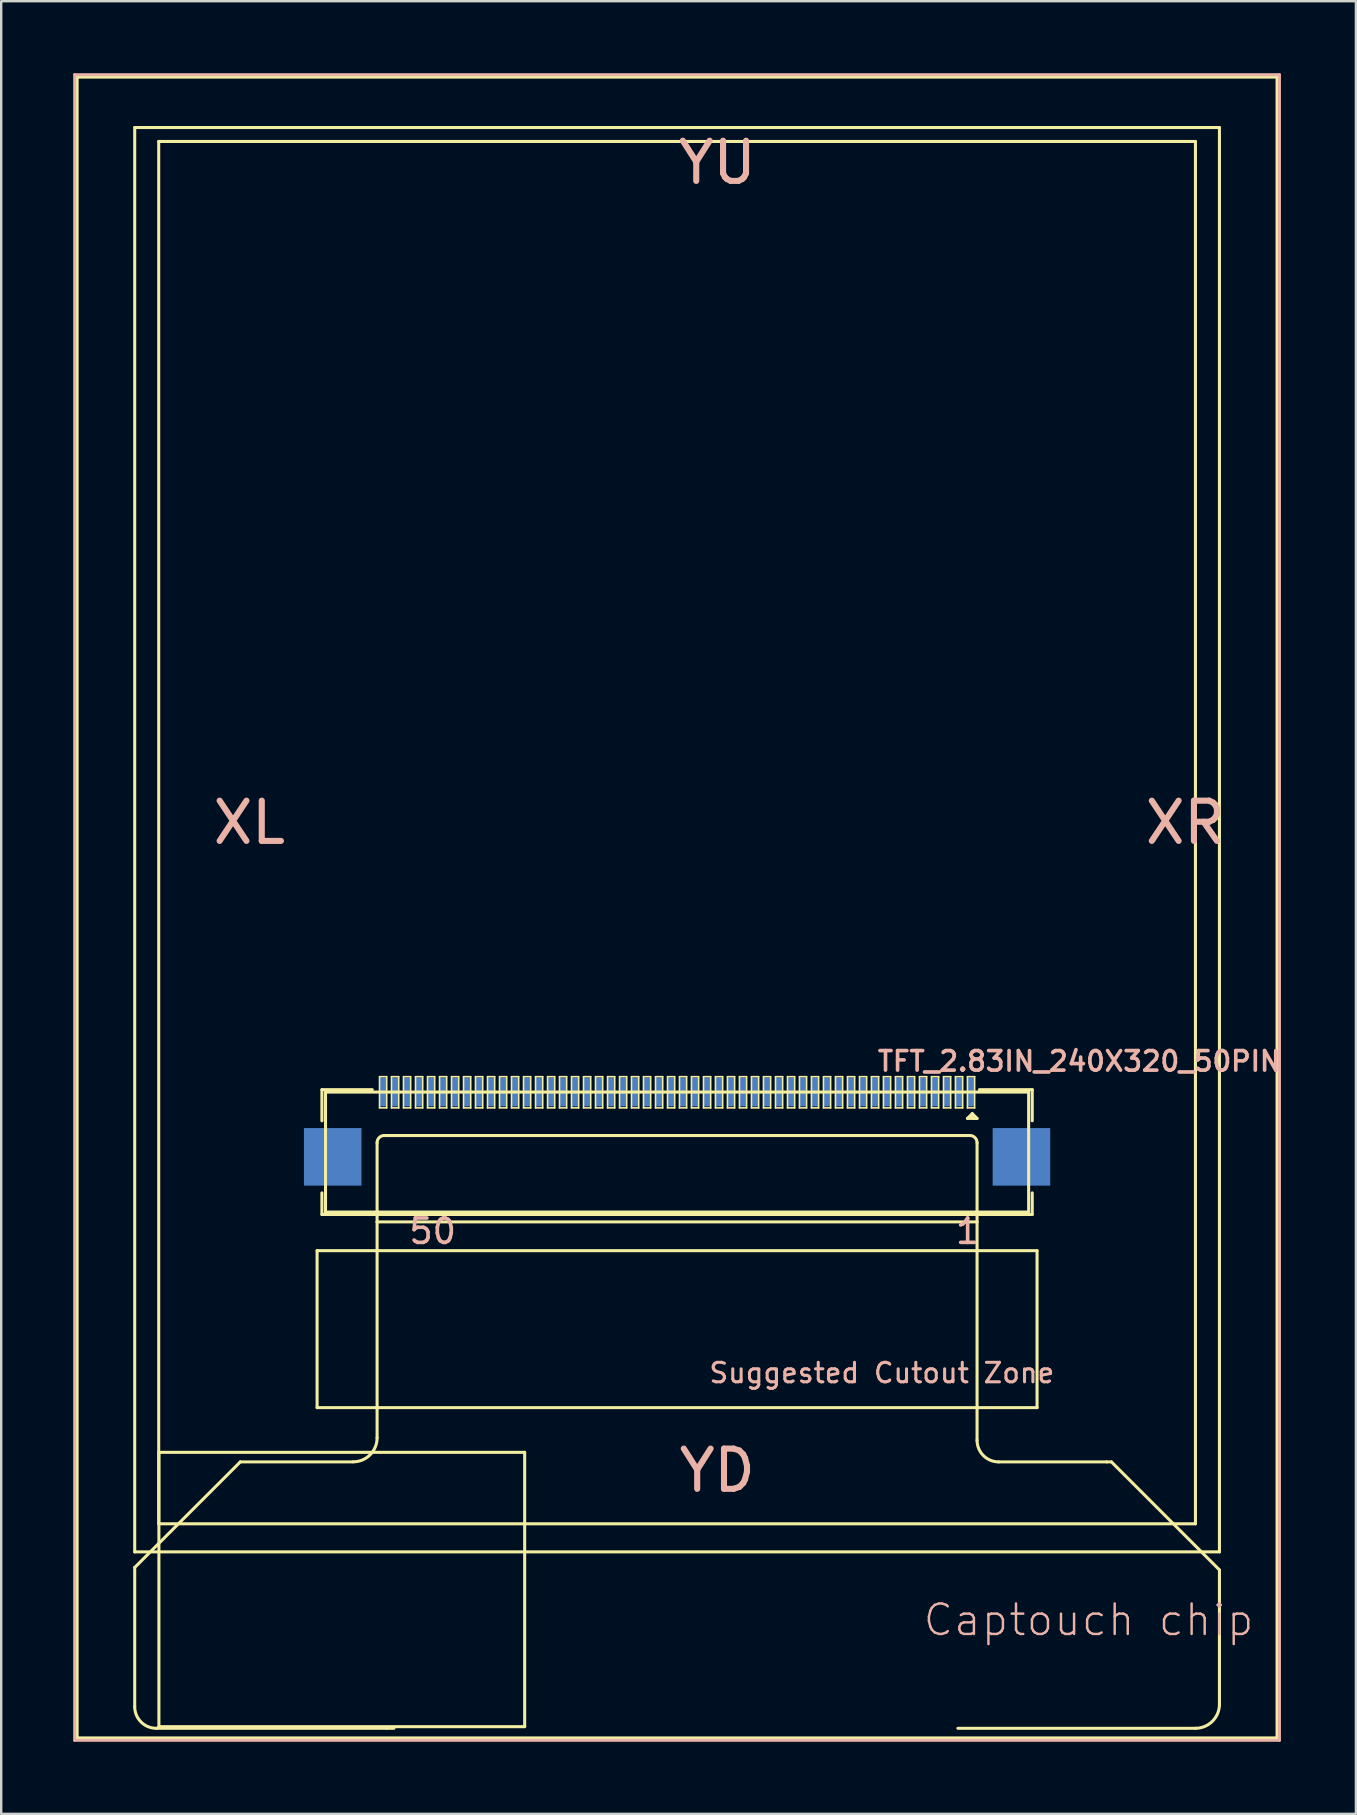
<source format=kicad_pcb>
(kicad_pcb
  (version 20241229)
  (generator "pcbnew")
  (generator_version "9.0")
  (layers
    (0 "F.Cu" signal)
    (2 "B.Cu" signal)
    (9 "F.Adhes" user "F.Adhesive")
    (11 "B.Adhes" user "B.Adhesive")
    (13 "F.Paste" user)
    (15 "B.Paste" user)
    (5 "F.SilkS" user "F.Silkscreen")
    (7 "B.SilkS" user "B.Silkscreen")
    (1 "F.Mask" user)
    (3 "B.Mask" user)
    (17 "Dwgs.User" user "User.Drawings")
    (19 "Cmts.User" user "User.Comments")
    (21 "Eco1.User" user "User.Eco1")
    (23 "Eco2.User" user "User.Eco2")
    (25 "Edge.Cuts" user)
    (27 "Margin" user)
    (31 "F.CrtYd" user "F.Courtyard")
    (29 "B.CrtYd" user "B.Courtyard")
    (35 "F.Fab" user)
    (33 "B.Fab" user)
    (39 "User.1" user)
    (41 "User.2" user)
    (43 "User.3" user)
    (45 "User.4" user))
  (footprint "TFT_2.83IN_240X320_50PIN"
    (layer "F.Cu")
    (at 25.161 32.062)
    (property "Reference" "TFT_2.83IN_240X320_50PIN" (at 16.756 9.106 0) (layer "B.SilkS") (effects (font (size 0.813 0.813) (thickness 0.152))))
    (attr smd)
    (fp_line (start -24.999 -31.9) (end 24.999 -31.9) (stroke (width 0.127) (type solid)) (layer "F.SilkS"))
    (fp_line (start -24.999 37.3) (end -24.999 -31.9) (stroke (width 0.127) (type solid)) (layer "F.SilkS"))
    (fp_line (start -22.598 -29.799) (end 22.598 -29.799) (stroke (width 0.127) (type solid)) (layer "F.SilkS"))
    (fp_line (start -22.598 29.548) (end -22.598 -29.799) (stroke (width 0.127) (type solid)) (layer "F.SilkS"))
    (fp_line (start -22.598 30.198) (end -18.199 25.799) (stroke (width 0.127) (type solid)) (layer "F.SilkS"))
    (fp_line (start -22.598 35.999) (end -22.598 30.198) (stroke (width 0.127) (type solid)) (layer "F.SilkS"))
    (fp_line (start -21.598 -29.218) (end 21.598 -29.218) (stroke (width 0.127) (type solid)) (layer "F.SilkS"))
    (fp_line (start -21.598 28.379) (end -21.598 -29.218) (stroke (width 0.127) (type solid)) (layer "F.SilkS"))
    (fp_line (start -21.59 25.4) (end -6.35 25.4) (stroke (width 0.127) (type solid)) (layer "F.SilkS"))
    (fp_line (start -21.59 36.83) (end -21.59 25.4) (stroke (width 0.127) (type solid)) (layer "F.SilkS"))
    (fp_line (start -18.199 25.799) (end -13.498 25.799) (stroke (width 0.127) (type solid)) (layer "F.SilkS"))
    (fp_line (start -14.999 16.998) (end 14.999 16.998) (stroke (width 0.127) (type solid)) (layer "F.SilkS"))
    (fp_line (start -14.999 23.538) (end -14.999 16.998) (stroke (width 0.127) (type solid)) (layer "F.SilkS"))
    (fp_line (start -14.798 10.29) (end -14.798 11.587) (stroke (width 0.127) (type solid)) (layer "F.SilkS"))
    (fp_line (start -14.798 15.489) (end -14.798 14.59) (stroke (width 0.127) (type solid)) (layer "F.SilkS"))
    (fp_line (start -14.648 10.389) (end -14.648 15.39) (stroke (width 0.127) (type solid)) (layer "F.SilkS"))
    (fp_line (start -12.7 10.29) (end -14.798 10.29) (stroke (width 0.127) (type solid)) (layer "F.SilkS"))
    (fp_line (start -12.499 15.799) (end -12.499 12.499) (stroke (width 0.127) (type solid)) (layer "F.SilkS"))
    (fp_line (start -12.499 15.799) (end 12.499 15.799) (stroke (width 0.127) (type solid)) (layer "F.SilkS"))
    (fp_line (start -12.499 24.798) (end -12.499 15.799) (stroke (width 0.127) (type solid)) (layer "F.SilkS"))
    (fp_line (start -12.398 9.749) (end -12.098 9.749) (stroke (width 0.066) (type solid)) (layer "F.SilkS"))
    (fp_line (start -12.398 11.049) (end -12.398 9.749) (stroke (width 0.066) (type solid)) (layer "F.SilkS"))
    (fp_line (start -12.398 11.049) (end -12.098 11.049) (stroke (width 0.066) (type solid)) (layer "F.SilkS"))
    (fp_line (start -12.2 12.2) (end 12.2 12.2) (stroke (width 0.127) (type solid)) (layer "F.SilkS"))
    (fp_line (start -12.098 11.049) (end -12.098 9.749) (stroke (width 0.066) (type solid)) (layer "F.SilkS"))
    (fp_line (start -12.098 36.899) (end -21.699 36.899) (stroke (width 0.127) (type solid)) (layer "F.SilkS"))
    (fp_line (start -11.9 9.749) (end -11.598 9.749) (stroke (width 0.066) (type solid)) (layer "F.SilkS"))
    (fp_line (start -11.9 11.049) (end -11.9 9.749) (stroke (width 0.066) (type solid)) (layer "F.SilkS"))
    (fp_line (start -11.9 11.049) (end -11.598 11.049) (stroke (width 0.066) (type solid)) (layer "F.SilkS"))
    (fp_line (start -11.798 36.899) (end -12.098 36.899) (stroke (width 0.127) (type solid)) (layer "F.SilkS"))
    (fp_line (start -11.598 11.049) (end -11.598 9.749) (stroke (width 0.066) (type solid)) (layer "F.SilkS"))
    (fp_line (start -11.4 9.749) (end -11.1 9.749) (stroke (width 0.066) (type solid)) (layer "F.SilkS"))
    (fp_line (start -11.4 11.049) (end -11.4 9.749) (stroke (width 0.066) (type solid)) (layer "F.SilkS"))
    (fp_line (start -11.4 11.049) (end -11.1 11.049) (stroke (width 0.066) (type solid)) (layer "F.SilkS"))
    (fp_line (start -11.1 11.049) (end -11.1 9.749) (stroke (width 0.066) (type solid)) (layer "F.SilkS"))
    (fp_line (start -10.899 9.749) (end -10.599 9.749) (stroke (width 0.066) (type solid)) (layer "F.SilkS"))
    (fp_line (start -10.899 11.049) (end -10.899 9.749) (stroke (width 0.066) (type solid)) (layer "F.SilkS"))
    (fp_line (start -10.899 11.049) (end -10.599 11.049) (stroke (width 0.066) (type solid)) (layer "F.SilkS"))
    (fp_line (start -10.599 11.049) (end -10.599 9.749) (stroke (width 0.066) (type solid)) (layer "F.SilkS"))
    (fp_line (start -10.399 9.749) (end -10.099 9.749) (stroke (width 0.066) (type solid)) (layer "F.SilkS"))
    (fp_line (start -10.399 11.049) (end -10.399 9.749) (stroke (width 0.066) (type solid)) (layer "F.SilkS"))
    (fp_line (start -10.399 11.049) (end -10.099 11.049) (stroke (width 0.066) (type solid)) (layer "F.SilkS"))
    (fp_line (start -10.099 11.049) (end -10.099 9.749) (stroke (width 0.066) (type solid)) (layer "F.SilkS"))
    (fp_line (start -9.898 9.749) (end -9.599 9.749) (stroke (width 0.066) (type solid)) (layer "F.SilkS"))
    (fp_line (start -9.898 11.049) (end -9.898 9.749) (stroke (width 0.066) (type solid)) (layer "F.SilkS"))
    (fp_line (start -9.898 11.049) (end -9.599 11.049) (stroke (width 0.066) (type solid)) (layer "F.SilkS"))
    (fp_line (start -9.599 11.049) (end -9.599 9.749) (stroke (width 0.066) (type solid)) (layer "F.SilkS"))
    (fp_line (start -9.398 9.749) (end -9.098 9.749) (stroke (width 0.066) (type solid)) (layer "F.SilkS"))
    (fp_line (start -9.398 11.049) (end -9.398 9.749) (stroke (width 0.066) (type solid)) (layer "F.SilkS"))
    (fp_line (start -9.398 11.049) (end -9.098 11.049) (stroke (width 0.066) (type solid)) (layer "F.SilkS"))
    (fp_line (start -9.098 11.049) (end -9.098 9.749) (stroke (width 0.066) (type solid)) (layer "F.SilkS"))
    (fp_line (start -8.898 9.749) (end -8.598 9.749) (stroke (width 0.066) (type solid)) (layer "F.SilkS"))
    (fp_line (start -8.898 11.049) (end -8.898 9.749) (stroke (width 0.066) (type solid)) (layer "F.SilkS"))
    (fp_line (start -8.898 11.049) (end -8.598 11.049) (stroke (width 0.066) (type solid)) (layer "F.SilkS"))
    (fp_line (start -8.598 11.049) (end -8.598 9.749) (stroke (width 0.066) (type solid)) (layer "F.SilkS"))
    (fp_line (start -8.4 9.749) (end -8.098 9.749) (stroke (width 0.066) (type solid)) (layer "F.SilkS"))
    (fp_line (start -8.4 11.049) (end -8.4 9.749) (stroke (width 0.066) (type solid)) (layer "F.SilkS"))
    (fp_line (start -8.4 11.049) (end -8.098 11.049) (stroke (width 0.066) (type solid)) (layer "F.SilkS"))
    (fp_line (start -8.098 11.049) (end -8.098 9.749) (stroke (width 0.066) (type solid)) (layer "F.SilkS"))
    (fp_line (start -7.899 9.749) (end -7.6 9.749) (stroke (width 0.066) (type solid)) (layer "F.SilkS"))
    (fp_line (start -7.899 11.049) (end -7.899 9.749) (stroke (width 0.066) (type solid)) (layer "F.SilkS"))
    (fp_line (start -7.899 11.049) (end -7.6 11.049) (stroke (width 0.066) (type solid)) (layer "F.SilkS"))
    (fp_line (start -7.6 11.049) (end -7.6 9.749) (stroke (width 0.066) (type solid)) (layer "F.SilkS"))
    (fp_line (start -7.399 9.749) (end -7.099 9.749) (stroke (width 0.066) (type solid)) (layer "F.SilkS"))
    (fp_line (start -7.399 11.049) (end -7.399 9.749) (stroke (width 0.066) (type solid)) (layer "F.SilkS"))
    (fp_line (start -7.399 11.049) (end -7.099 11.049) (stroke (width 0.066) (type solid)) (layer "F.SilkS"))
    (fp_line (start -7.099 11.049) (end -7.099 9.749) (stroke (width 0.066) (type solid)) (layer "F.SilkS"))
    (fp_line (start -6.899 9.749) (end -6.599 9.749) (stroke (width 0.066) (type solid)) (layer "F.SilkS"))
    (fp_line (start -6.899 11.049) (end -6.899 9.749) (stroke (width 0.066) (type solid)) (layer "F.SilkS"))
    (fp_line (start -6.899 11.049) (end -6.599 11.049) (stroke (width 0.066) (type solid)) (layer "F.SilkS"))
    (fp_line (start -6.599 11.049) (end -6.599 9.749) (stroke (width 0.066) (type solid)) (layer "F.SilkS"))
    (fp_line (start -6.398 9.749) (end -6.099 9.749) (stroke (width 0.066) (type solid)) (layer "F.SilkS"))
    (fp_line (start -6.398 11.049) (end -6.398 9.749) (stroke (width 0.066) (type solid)) (layer "F.SilkS"))
    (fp_line (start -6.398 11.049) (end -6.099 11.049) (stroke (width 0.066) (type solid)) (layer "F.SilkS"))
    (fp_line (start -6.35 25.4) (end -6.35 36.83) (stroke (width 0.127) (type solid)) (layer "F.SilkS"))
    (fp_line (start -6.35 36.83) (end -21.59 36.83) (stroke (width 0.127) (type solid)) (layer "F.SilkS"))
    (fp_line (start -6.099 11.049) (end -6.099 9.749) (stroke (width 0.066) (type solid)) (layer "F.SilkS"))
    (fp_line (start -5.898 9.749) (end -5.598 9.749) (stroke (width 0.066) (type solid)) (layer "F.SilkS"))
    (fp_line (start -5.898 11.049) (end -5.898 9.749) (stroke (width 0.066) (type solid)) (layer "F.SilkS"))
    (fp_line (start -5.898 11.049) (end -5.598 11.049) (stroke (width 0.066) (type solid)) (layer "F.SilkS"))
    (fp_line (start -5.598 11.049) (end -5.598 9.749) (stroke (width 0.066) (type solid)) (layer "F.SilkS"))
    (fp_line (start -5.397 9.749) (end -5.098 9.749) (stroke (width 0.066) (type solid)) (layer "F.SilkS"))
    (fp_line (start -5.397 11.049) (end -5.397 9.749) (stroke (width 0.066) (type solid)) (layer "F.SilkS"))
    (fp_line (start -5.397 11.049) (end -5.098 11.049) (stroke (width 0.066) (type solid)) (layer "F.SilkS"))
    (fp_line (start -5.098 11.049) (end -5.098 9.749) (stroke (width 0.066) (type solid)) (layer "F.SilkS"))
    (fp_line (start -4.9 9.749) (end -4.6 9.749) (stroke (width 0.066) (type solid)) (layer "F.SilkS"))
    (fp_line (start -4.9 11.049) (end -4.9 9.749) (stroke (width 0.066) (type solid)) (layer "F.SilkS"))
    (fp_line (start -4.9 11.049) (end -4.6 11.049) (stroke (width 0.066) (type solid)) (layer "F.SilkS"))
    (fp_line (start -4.6 11.049) (end -4.6 9.749) (stroke (width 0.066) (type solid)) (layer "F.SilkS"))
    (fp_line (start -4.399 9.749) (end -4.1 9.749) (stroke (width 0.066) (type solid)) (layer "F.SilkS"))
    (fp_line (start -4.399 11.049) (end -4.399 9.749) (stroke (width 0.066) (type solid)) (layer "F.SilkS"))
    (fp_line (start -4.399 11.049) (end -4.1 11.049) (stroke (width 0.066) (type solid)) (layer "F.SilkS"))
    (fp_line (start -4.1 11.049) (end -4.1 9.749) (stroke (width 0.066) (type solid)) (layer "F.SilkS"))
    (fp_line (start -3.899 9.749) (end -3.599 9.749) (stroke (width 0.066) (type solid)) (layer "F.SilkS"))
    (fp_line (start -3.899 11.049) (end -3.899 9.749) (stroke (width 0.066) (type solid)) (layer "F.SilkS"))
    (fp_line (start -3.899 11.049) (end -3.599 11.049) (stroke (width 0.066) (type solid)) (layer "F.SilkS"))
    (fp_line (start -3.599 11.049) (end -3.599 9.749) (stroke (width 0.066) (type solid)) (layer "F.SilkS"))
    (fp_line (start -3.399 9.749) (end -3.099 9.749) (stroke (width 0.066) (type solid)) (layer "F.SilkS"))
    (fp_line (start -3.399 11.049) (end -3.399 9.749) (stroke (width 0.066) (type solid)) (layer "F.SilkS"))
    (fp_line (start -3.399 11.049) (end -3.099 11.049) (stroke (width 0.066) (type solid)) (layer "F.SilkS"))
    (fp_line (start -3.099 11.049) (end -3.099 9.749) (stroke (width 0.066) (type solid)) (layer "F.SilkS"))
    (fp_line (start -2.898 9.749) (end -2.598 9.749) (stroke (width 0.066) (type solid)) (layer "F.SilkS"))
    (fp_line (start -2.898 11.049) (end -2.898 9.749) (stroke (width 0.066) (type solid)) (layer "F.SilkS"))
    (fp_line (start -2.898 11.049) (end -2.598 11.049) (stroke (width 0.066) (type solid)) (layer "F.SilkS"))
    (fp_line (start -2.598 11.049) (end -2.598 9.749) (stroke (width 0.066) (type solid)) (layer "F.SilkS"))
    (fp_line (start -2.398 9.749) (end -2.098 9.749) (stroke (width 0.066) (type solid)) (layer "F.SilkS"))
    (fp_line (start -2.398 11.049) (end -2.398 9.749) (stroke (width 0.066) (type solid)) (layer "F.SilkS"))
    (fp_line (start -2.398 11.049) (end -2.098 11.049) (stroke (width 0.066) (type solid)) (layer "F.SilkS"))
    (fp_line (start -2.098 11.049) (end -2.098 9.749) (stroke (width 0.066) (type solid)) (layer "F.SilkS"))
    (fp_line (start -1.9 9.749) (end -1.598 9.749) (stroke (width 0.066) (type solid)) (layer "F.SilkS"))
    (fp_line (start -1.9 11.049) (end -1.9 9.749) (stroke (width 0.066) (type solid)) (layer "F.SilkS"))
    (fp_line (start -1.9 11.049) (end -1.598 11.049) (stroke (width 0.066) (type solid)) (layer "F.SilkS"))
    (fp_line (start -1.598 11.049) (end -1.598 9.749) (stroke (width 0.066) (type solid)) (layer "F.SilkS"))
    (fp_line (start -1.4 9.749) (end -1.1 9.749) (stroke (width 0.066) (type solid)) (layer "F.SilkS"))
    (fp_line (start -1.4 11.049) (end -1.4 9.749) (stroke (width 0.066) (type solid)) (layer "F.SilkS"))
    (fp_line (start -1.4 11.049) (end -1.1 11.049) (stroke (width 0.066) (type solid)) (layer "F.SilkS"))
    (fp_line (start -1.1 11.049) (end -1.1 9.749) (stroke (width 0.066) (type solid)) (layer "F.SilkS"))
    (fp_line (start -0.899 9.749) (end -0.599 9.749) (stroke (width 0.066) (type solid)) (layer "F.SilkS"))
    (fp_line (start -0.899 11.049) (end -0.899 9.749) (stroke (width 0.066) (type solid)) (layer "F.SilkS"))
    (fp_line (start -0.899 11.049) (end -0.599 11.049) (stroke (width 0.066) (type solid)) (layer "F.SilkS"))
    (fp_line (start -0.599 11.049) (end -0.599 9.749) (stroke (width 0.066) (type solid)) (layer "F.SilkS"))
    (fp_line (start -0.399 9.749) (end -0.099 9.749) (stroke (width 0.066) (type solid)) (layer "F.SilkS"))
    (fp_line (start -0.399 11.049) (end -0.399 9.749) (stroke (width 0.066) (type solid)) (layer "F.SilkS"))
    (fp_line (start -0.399 11.049) (end -0.099 11.049) (stroke (width 0.066) (type solid)) (layer "F.SilkS"))
    (fp_line (start -0.099 11.049) (end -0.099 9.749) (stroke (width 0.066) (type solid)) (layer "F.SilkS"))
    (fp_line (start 0.099 9.749) (end 0.399 9.749) (stroke (width 0.066) (type solid)) (layer "F.SilkS"))
    (fp_line (start 0.099 11.049) (end 0.099 9.749) (stroke (width 0.066) (type solid)) (layer "F.SilkS"))
    (fp_line (start 0.099 11.049) (end 0.399 11.049) (stroke (width 0.066) (type solid)) (layer "F.SilkS"))
    (fp_line (start 0.399 11.049) (end 0.399 9.749) (stroke (width 0.066) (type solid)) (layer "F.SilkS"))
    (fp_line (start 0.599 9.749) (end 0.899 9.749) (stroke (width 0.066) (type solid)) (layer "F.SilkS"))
    (fp_line (start 0.599 11.049) (end 0.599 9.749) (stroke (width 0.066) (type solid)) (layer "F.SilkS"))
    (fp_line (start 0.599 11.049) (end 0.899 11.049) (stroke (width 0.066) (type solid)) (layer "F.SilkS"))
    (fp_line (start 0.899 11.049) (end 0.899 9.749) (stroke (width 0.066) (type solid)) (layer "F.SilkS"))
    (fp_line (start 1.1 9.749) (end 1.4 9.749) (stroke (width 0.066) (type solid)) (layer "F.SilkS"))
    (fp_line (start 1.1 11.049) (end 1.1 9.749) (stroke (width 0.066) (type solid)) (layer "F.SilkS"))
    (fp_line (start 1.1 11.049) (end 1.4 11.049) (stroke (width 0.066) (type solid)) (layer "F.SilkS"))
    (fp_line (start 1.4 11.049) (end 1.4 9.749) (stroke (width 0.066) (type solid)) (layer "F.SilkS"))
    (fp_line (start 1.598 9.749) (end 1.9 9.749) (stroke (width 0.066) (type solid)) (layer "F.SilkS"))
    (fp_line (start 1.598 11.049) (end 1.598 9.749) (stroke (width 0.066) (type solid)) (layer "F.SilkS"))
    (fp_line (start 1.598 11.049) (end 1.9 11.049) (stroke (width 0.066) (type solid)) (layer "F.SilkS"))
    (fp_line (start 1.9 11.049) (end 1.9 9.749) (stroke (width 0.066) (type solid)) (layer "F.SilkS"))
    (fp_line (start 2.098 9.749) (end 2.398 9.749) (stroke (width 0.066) (type solid)) (layer "F.SilkS"))
    (fp_line (start 2.098 11.049) (end 2.098 9.749) (stroke (width 0.066) (type solid)) (layer "F.SilkS"))
    (fp_line (start 2.098 11.049) (end 2.398 11.049) (stroke (width 0.066) (type solid)) (layer "F.SilkS"))
    (fp_line (start 2.398 11.049) (end 2.398 9.749) (stroke (width 0.066) (type solid)) (layer "F.SilkS"))
    (fp_line (start 2.598 9.749) (end 2.898 9.749) (stroke (width 0.066) (type solid)) (layer "F.SilkS"))
    (fp_line (start 2.598 11.049) (end 2.598 9.749) (stroke (width 0.066) (type solid)) (layer "F.SilkS"))
    (fp_line (start 2.598 11.049) (end 2.898 11.049) (stroke (width 0.066) (type solid)) (layer "F.SilkS"))
    (fp_line (start 2.898 11.049) (end 2.898 9.749) (stroke (width 0.066) (type solid)) (layer "F.SilkS"))
    (fp_line (start 3.099 9.749) (end 3.399 9.749) (stroke (width 0.066) (type solid)) (layer "F.SilkS"))
    (fp_line (start 3.099 11.049) (end 3.099 9.749) (stroke (width 0.066) (type solid)) (layer "F.SilkS"))
    (fp_line (start 3.099 11.049) (end 3.399 11.049) (stroke (width 0.066) (type solid)) (layer "F.SilkS"))
    (fp_line (start 3.399 11.049) (end 3.399 9.749) (stroke (width 0.066) (type solid)) (layer "F.SilkS"))
    (fp_line (start 3.599 9.749) (end 3.899 9.749) (stroke (width 0.066) (type solid)) (layer "F.SilkS"))
    (fp_line (start 3.599 11.049) (end 3.599 9.749) (stroke (width 0.066) (type solid)) (layer "F.SilkS"))
    (fp_line (start 3.599 11.049) (end 3.899 11.049) (stroke (width 0.066) (type solid)) (layer "F.SilkS"))
    (fp_line (start 3.899 11.049) (end 3.899 9.749) (stroke (width 0.066) (type solid)) (layer "F.SilkS"))
    (fp_line (start 4.1 9.749) (end 4.399 9.749) (stroke (width 0.066) (type solid)) (layer "F.SilkS"))
    (fp_line (start 4.1 11.049) (end 4.1 9.749) (stroke (width 0.066) (type solid)) (layer "F.SilkS"))
    (fp_line (start 4.1 11.049) (end 4.399 11.049) (stroke (width 0.066) (type solid)) (layer "F.SilkS"))
    (fp_line (start 4.399 11.049) (end 4.399 9.749) (stroke (width 0.066) (type solid)) (layer "F.SilkS"))
    (fp_line (start 4.6 9.749) (end 4.9 9.749) (stroke (width 0.066) (type solid)) (layer "F.SilkS"))
    (fp_line (start 4.6 11.049) (end 4.6 9.749) (stroke (width 0.066) (type solid)) (layer "F.SilkS"))
    (fp_line (start 4.6 11.049) (end 4.9 11.049) (stroke (width 0.066) (type solid)) (layer "F.SilkS"))
    (fp_line (start 4.9 11.049) (end 4.9 9.749) (stroke (width 0.066) (type solid)) (layer "F.SilkS"))
    (fp_line (start 5.098 9.749) (end 5.397 9.749) (stroke (width 0.066) (type solid)) (layer "F.SilkS"))
    (fp_line (start 5.098 11.049) (end 5.098 9.749) (stroke (width 0.066) (type solid)) (layer "F.SilkS"))
    (fp_line (start 5.098 11.049) (end 5.397 11.049) (stroke (width 0.066) (type solid)) (layer "F.SilkS"))
    (fp_line (start 5.397 11.049) (end 5.397 9.749) (stroke (width 0.066) (type solid)) (layer "F.SilkS"))
    (fp_line (start 5.598 9.749) (end 5.898 9.749) (stroke (width 0.066) (type solid)) (layer "F.SilkS"))
    (fp_line (start 5.598 11.049) (end 5.598 9.749) (stroke (width 0.066) (type solid)) (layer "F.SilkS"))
    (fp_line (start 5.598 11.049) (end 5.898 11.049) (stroke (width 0.066) (type solid)) (layer "F.SilkS"))
    (fp_line (start 5.898 11.049) (end 5.898 9.749) (stroke (width 0.066) (type solid)) (layer "F.SilkS"))
    (fp_line (start 6.099 9.749) (end 6.398 9.749) (stroke (width 0.066) (type solid)) (layer "F.SilkS"))
    (fp_line (start 6.099 11.049) (end 6.099 9.749) (stroke (width 0.066) (type solid)) (layer "F.SilkS"))
    (fp_line (start 6.099 11.049) (end 6.398 11.049) (stroke (width 0.066) (type solid)) (layer "F.SilkS"))
    (fp_line (start 6.398 11.049) (end 6.398 9.749) (stroke (width 0.066) (type solid)) (layer "F.SilkS"))
    (fp_line (start 6.599 9.749) (end 6.899 9.749) (stroke (width 0.066) (type solid)) (layer "F.SilkS"))
    (fp_line (start 6.599 11.049) (end 6.599 9.749) (stroke (width 0.066) (type solid)) (layer "F.SilkS"))
    (fp_line (start 6.599 11.049) (end 6.899 11.049) (stroke (width 0.066) (type solid)) (layer "F.SilkS"))
    (fp_line (start 6.899 11.049) (end 6.899 9.749) (stroke (width 0.066) (type solid)) (layer "F.SilkS"))
    (fp_line (start 7.099 9.749) (end 7.399 9.749) (stroke (width 0.066) (type solid)) (layer "F.SilkS"))
    (fp_line (start 7.099 11.049) (end 7.099 9.749) (stroke (width 0.066) (type solid)) (layer "F.SilkS"))
    (fp_line (start 7.099 11.049) (end 7.399 11.049) (stroke (width 0.066) (type solid)) (layer "F.SilkS"))
    (fp_line (start 7.399 11.049) (end 7.399 9.749) (stroke (width 0.066) (type solid)) (layer "F.SilkS"))
    (fp_line (start 7.6 9.749) (end 7.899 9.749) (stroke (width 0.066) (type solid)) (layer "F.SilkS"))
    (fp_line (start 7.6 11.049) (end 7.6 9.749) (stroke (width 0.066) (type solid)) (layer "F.SilkS"))
    (fp_line (start 7.6 11.049) (end 7.899 11.049) (stroke (width 0.066) (type solid)) (layer "F.SilkS"))
    (fp_line (start 7.899 11.049) (end 7.899 9.749) (stroke (width 0.066) (type solid)) (layer "F.SilkS"))
    (fp_line (start 8.098 9.749) (end 8.4 9.749) (stroke (width 0.066) (type solid)) (layer "F.SilkS"))
    (fp_line (start 8.098 11.049) (end 8.098 9.749) (stroke (width 0.066) (type solid)) (layer "F.SilkS"))
    (fp_line (start 8.098 11.049) (end 8.4 11.049) (stroke (width 0.066) (type solid)) (layer "F.SilkS"))
    (fp_line (start 8.4 11.049) (end 8.4 9.749) (stroke (width 0.066) (type solid)) (layer "F.SilkS"))
    (fp_line (start 8.598 9.749) (end 8.898 9.749) (stroke (width 0.066) (type solid)) (layer "F.SilkS"))
    (fp_line (start 8.598 11.049) (end 8.598 9.749) (stroke (width 0.066) (type solid)) (layer "F.SilkS"))
    (fp_line (start 8.598 11.049) (end 8.898 11.049) (stroke (width 0.066) (type solid)) (layer "F.SilkS"))
    (fp_line (start 8.898 11.049) (end 8.898 9.749) (stroke (width 0.066) (type solid)) (layer "F.SilkS"))
    (fp_line (start 9.098 9.749) (end 9.398 9.749) (stroke (width 0.066) (type solid)) (layer "F.SilkS"))
    (fp_line (start 9.098 11.049) (end 9.098 9.749) (stroke (width 0.066) (type solid)) (layer "F.SilkS"))
    (fp_line (start 9.098 11.049) (end 9.398 11.049) (stroke (width 0.066) (type solid)) (layer "F.SilkS"))
    (fp_line (start 9.398 11.049) (end 9.398 9.749) (stroke (width 0.066) (type solid)) (layer "F.SilkS"))
    (fp_line (start 9.599 9.749) (end 9.898 9.749) (stroke (width 0.066) (type solid)) (layer "F.SilkS"))
    (fp_line (start 9.599 11.049) (end 9.599 9.749) (stroke (width 0.066) (type solid)) (layer "F.SilkS"))
    (fp_line (start 9.599 11.049) (end 9.898 11.049) (stroke (width 0.066) (type solid)) (layer "F.SilkS"))
    (fp_line (start 9.898 11.049) (end 9.898 9.749) (stroke (width 0.066) (type solid)) (layer "F.SilkS"))
    (fp_line (start 10.099 9.749) (end 10.399 9.749) (stroke (width 0.066) (type solid)) (layer "F.SilkS"))
    (fp_line (start 10.099 11.049) (end 10.099 9.749) (stroke (width 0.066) (type solid)) (layer "F.SilkS"))
    (fp_line (start 10.099 11.049) (end 10.399 11.049) (stroke (width 0.066) (type solid)) (layer "F.SilkS"))
    (fp_line (start 10.399 11.049) (end 10.399 9.749) (stroke (width 0.066) (type solid)) (layer "F.SilkS"))
    (fp_line (start 10.599 9.749) (end 10.899 9.749) (stroke (width 0.066) (type solid)) (layer "F.SilkS"))
    (fp_line (start 10.599 11.049) (end 10.599 9.749) (stroke (width 0.066) (type solid)) (layer "F.SilkS"))
    (fp_line (start 10.599 11.049) (end 10.899 11.049) (stroke (width 0.066) (type solid)) (layer "F.SilkS"))
    (fp_line (start 10.899 11.049) (end 10.899 9.749) (stroke (width 0.066) (type solid)) (layer "F.SilkS"))
    (fp_line (start 11.1 9.749) (end 11.4 9.749) (stroke (width 0.066) (type solid)) (layer "F.SilkS"))
    (fp_line (start 11.1 11.049) (end 11.1 9.749) (stroke (width 0.066) (type solid)) (layer "F.SilkS"))
    (fp_line (start 11.1 11.049) (end 11.4 11.049) (stroke (width 0.066) (type solid)) (layer "F.SilkS"))
    (fp_line (start 11.4 11.049) (end 11.4 9.749) (stroke (width 0.066) (type solid)) (layer "F.SilkS"))
    (fp_line (start 11.598 9.749) (end 11.9 9.749) (stroke (width 0.066) (type solid)) (layer "F.SilkS"))
    (fp_line (start 11.598 11.049) (end 11.598 9.749) (stroke (width 0.066) (type solid)) (layer "F.SilkS"))
    (fp_line (start 11.598 11.049) (end 11.9 11.049) (stroke (width 0.066) (type solid)) (layer "F.SilkS"))
    (fp_line (start 11.9 11.049) (end 11.9 9.749) (stroke (width 0.066) (type solid)) (layer "F.SilkS"))
    (fp_line (start 12.098 9.749) (end 12.398 9.749) (stroke (width 0.066) (type solid)) (layer "F.SilkS"))
    (fp_line (start 12.098 11.049) (end 12.098 9.749) (stroke (width 0.066) (type solid)) (layer "F.SilkS"))
    (fp_line (start 12.098 11.049) (end 12.398 11.049) (stroke (width 0.066) (type solid)) (layer "F.SilkS"))
    (fp_line (start 12.098 11.488) (end 12.398 11.488) (stroke (width 0.127) (type solid)) (layer "F.SilkS"))
    (fp_line (start 12.299 11.288) (end 12.098 11.488) (stroke (width 0.127) (type solid)) (layer "F.SilkS"))
    (fp_line (start 12.398 11.049) (end 12.398 9.749) (stroke (width 0.066) (type solid)) (layer "F.SilkS"))
    (fp_line (start 12.398 11.488) (end 12.299 11.389) (stroke (width 0.127) (type solid)) (layer "F.SilkS"))
    (fp_line (start 12.499 11.488) (end 12.299 11.288) (stroke (width 0.127) (type solid)) (layer "F.SilkS"))
    (fp_line (start 12.499 11.488) (end 12.398 11.488) (stroke (width 0.127) (type solid)) (layer "F.SilkS"))
    (fp_line (start 12.499 12.499) (end 12.499 15.799) (stroke (width 0.127) (type solid)) (layer "F.SilkS"))
    (fp_line (start 12.499 15.799) (end 12.499 24.9) (stroke (width 0.127) (type solid)) (layer "F.SilkS"))
    (fp_line (start 12.598 10.29) (end 14.798 10.29) (stroke (width 0.127) (type solid)) (layer "F.SilkS"))
    (fp_line (start 13.399 25.799) (end 17.899 25.799) (stroke (width 0.127) (type solid)) (layer "F.SilkS"))
    (fp_line (start 14.648 10.389) (end -14.648 10.389) (stroke (width 0.127) (type solid)) (layer "F.SilkS"))
    (fp_line (start 14.648 15.39) (end -14.648 15.39) (stroke (width 0.127) (type solid)) (layer "F.SilkS"))
    (fp_line (start 14.648 15.39) (end 14.648 10.389) (stroke (width 0.127) (type solid)) (layer "F.SilkS"))
    (fp_line (start 14.798 10.29) (end 14.798 11.587) (stroke (width 0.127) (type solid)) (layer "F.SilkS"))
    (fp_line (start 14.798 14.59) (end 14.798 15.489) (stroke (width 0.127) (type solid)) (layer "F.SilkS"))
    (fp_line (start 14.798 15.489) (end -14.798 15.489) (stroke (width 0.127) (type solid)) (layer "F.SilkS"))
    (fp_line (start 14.999 16.998) (end 14.999 23.538) (stroke (width 0.127) (type solid)) (layer "F.SilkS"))
    (fp_line (start 14.999 23.538) (end -14.999 23.538) (stroke (width 0.127) (type solid)) (layer "F.SilkS"))
    (fp_line (start 17.899 25.799) (end 18.098 25.799) (stroke (width 0.127) (type solid)) (layer "F.SilkS"))
    (fp_line (start 18.098 25.799) (end 22.598 30.3) (stroke (width 0.127) (type solid)) (layer "F.SilkS"))
    (fp_line (start 21.598 -29.218) (end 21.598 28.379) (stroke (width 0.127) (type solid)) (layer "F.SilkS"))
    (fp_line (start 21.598 28.379) (end -21.598 28.379) (stroke (width 0.127) (type solid)) (layer "F.SilkS"))
    (fp_line (start 21.598 36.899) (end 11.699 36.899) (stroke (width 0.127) (type solid)) (layer "F.SilkS"))
    (fp_line (start 22.598 -29.799) (end 22.598 29.548) (stroke (width 0.127) (type solid)) (layer "F.SilkS"))
    (fp_line (start 22.598 29.548) (end -22.598 29.548) (stroke (width 0.127) (type solid)) (layer "F.SilkS"))
    (fp_line (start 22.598 30.3) (end 22.598 35.898) (stroke (width 0.127) (type solid)) (layer "F.SilkS"))
    (fp_line (start 24.999 -31.9) (end 24.999 37.3) (stroke (width 0.127) (type solid)) (layer "F.SilkS"))
    (fp_line (start 24.999 37.3) (end -24.999 37.3) (stroke (width 0.127) (type solid)) (layer "F.SilkS"))
    (fp_arc (start -21.69922 36.89858) (mid -22.335022 36.635222) (end -22.59838 35.99942) (stroke (width 0.127) (type solid)) (layer "F.SilkS"))
    (fp_arc (start -12.49934 12.49934) (mid -12.411554 12.287406) (end -12.19962 12.19962) (stroke (width 0.127) (type solid)) (layer "F.SilkS"))
    (fp_arc (start -12.49934 24.79802) (mid -12.791712 25.503868) (end -13.49756 25.79624) (stroke (width 0.127) (type solid)) (layer "F.SilkS"))
    (fp_arc (start 12.19962 12.19962) (mid 12.411554 12.287406) (end 12.49934 12.49934) (stroke (width 0.127) (type solid)) (layer "F.SilkS"))
    (fp_arc (start 13.3985 25.79878) (mid 12.762698 25.535422) (end 12.49934 24.89962) (stroke (width 0.127) (type solid)) (layer "F.SilkS"))
    (fp_arc (start 22.59838 35.89782) (mid 22.305264 36.605464) (end 21.59762 36.89858) (stroke (width 0.127) (type solid)) (layer "F.SilkS"))
    (fp_line (start -25.098 -31.999) (end 25.098 -31.999) (stroke (width 0.127) (type solid)) (layer "B.SilkS"))
    (fp_line (start -25.098 37.399) (end -25.098 -31.999) (stroke (width 0.127) (type solid)) (layer "B.SilkS"))
    (fp_line (start 25.098 -31.999) (end 25.098 37.399) (stroke (width 0.127) (type solid)) (layer "B.SilkS"))
    (fp_line (start 25.098 37.399) (end -25.098 37.399) (stroke (width 0.127) (type solid)) (layer "B.SilkS"))
    (fp_text user "YU" (at 1.676 -28.336 0) (layer "B.SilkS") (effects (font (size 1.676 1.676) (thickness 0.254))))
    (fp_text user "Captouch chip" (at 17.145 32.385 0) (layer "B.SilkS") (effects (font (size 1.27 1.27) (thickness 0.102))))
    (fp_text user "Suggested Cutout Zone" (at 8.534 22.093 0) (layer "B.SilkS") (effects (font (size 0.813 0.813) (thickness 0.127))))
    (fp_text user "XL" (at -17.823 -0.838 0) (layer "B.SilkS") (effects (font (size 1.676 1.676) (thickness 0.254))))
    (fp_text user "XR" (at 21.176 -0.838 0) (layer "B.SilkS") (effects (font (size 1.676 1.676) (thickness 0.254))))
    (fp_text user "1" (at 12.106 16.19 0) (layer "B.SilkS") (effects (font (size 1.016 1.016) (thickness 0.152))))
    (fp_text user "YD" (at 1.676 26.159 0) (layer "B.SilkS") (effects (font (size 1.676 1.676) (thickness 0.254))))
    (fp_text user "50" (at -10.183 16.19 0) (layer "B.SilkS") (effects (font (size 1.016 1.016) (thickness 0.152))))
    (pad "1" smd rect (at 12.248 10.389 180) (size 0.274 1.199) (layers "B.Cu" "B.Mask"))
    (pad "2" smd rect (at 11.748 10.389 180) (size 0.274 1.199) (layers "B.Cu" "B.Mask"))
    (pad "3" smd rect (at 11.25 10.389 180) (size 0.274 1.199) (layers "B.Cu" "B.Mask"))
    (pad "4" smd rect (at 10.749 10.389 180) (size 0.274 1.199) (layers "B.Cu" "B.Mask"))
    (pad "5" smd rect (at 10.249 10.389 180) (size 0.274 1.199) (layers "B.Cu" "B.Mask"))
    (pad "6" smd rect (at 9.749 10.389 180) (size 0.274 1.199) (layers "B.Cu" "B.Mask"))
    (pad "7" smd rect (at 9.248 10.389 180) (size 0.274 1.199) (layers "B.Cu" "B.Mask"))
    (pad "8" smd rect (at 8.748 10.389 180) (size 0.274 1.199) (layers "B.Cu" "B.Mask"))
    (pad "9" smd rect (at 8.25 10.389 180) (size 0.274 1.199) (layers "B.Cu" "B.Mask"))
    (pad "10" smd rect (at 7.75 10.389 180) (size 0.274 1.199) (layers "B.Cu" "B.Mask"))
    (pad "11" smd rect (at 7.249 10.389 180) (size 0.274 1.199) (layers "B.Cu" "B.Mask"))
    (pad "12" smd rect (at 6.749 10.389 180) (size 0.274 1.199) (layers "B.Cu" "B.Mask"))
    (pad "13" smd rect (at 6.248 10.389 180) (size 0.274 1.199) (layers "B.Cu" "B.Mask"))
    (pad "14" smd rect (at 5.748 10.389 180) (size 0.274 1.199) (layers "B.Cu" "B.Mask"))
    (pad "15" smd rect (at 5.248 10.389 180) (size 0.274 1.199) (layers "B.Cu" "B.Mask"))
    (pad "16" smd rect (at 4.75 10.389 180) (size 0.274 1.199) (layers "B.Cu" "B.Mask"))
    (pad "17" smd rect (at 4.249 10.389 180) (size 0.274 1.199) (layers "B.Cu" "B.Mask"))
    (pad "18" smd rect (at 3.749 10.389 180) (size 0.274 1.199) (layers "B.Cu" "B.Mask"))
    (pad "19" smd rect (at 3.249 10.389 180) (size 0.274 1.199) (layers "B.Cu" "B.Mask"))
    (pad "20" smd rect (at 2.748 10.389 180) (size 0.274 1.199) (layers "B.Cu" "B.Mask"))
    (pad "21" smd rect (at 2.248 10.389 180) (size 0.274 1.199) (layers "B.Cu" "B.Mask"))
    (pad "22" smd rect (at 1.748 10.389 180) (size 0.274 1.199) (layers "B.Cu" "B.Mask"))
    (pad "23" smd rect (at 1.25 10.389 180) (size 0.274 1.199) (layers "B.Cu" "B.Mask"))
    (pad "24" smd rect (at 0.749 10.389 180) (size 0.274 1.199) (layers "B.Cu" "B.Mask"))
    (pad "25" smd rect (at 0.249 10.389 180) (size 0.274 1.199) (layers "B.Cu" "B.Mask"))
    (pad "26" smd rect (at -0.249 10.389 180) (size 0.274 1.199) (layers "B.Cu" "B.Mask"))
    (pad "27" smd rect (at -0.749 10.389 180) (size 0.274 1.199) (layers "B.Cu" "B.Mask"))
    (pad "28" smd rect (at -1.25 10.389 180) (size 0.274 1.199) (layers "B.Cu" "B.Mask"))
    (pad "29" smd rect (at -1.748 10.389 180) (size 0.274 1.199) (layers "B.Cu" "B.Mask"))
    (pad "30" smd rect (at -2.248 10.389 180) (size 0.274 1.199) (layers "B.Cu" "B.Mask"))
    (pad "31" smd rect (at -2.748 10.389 180) (size 0.274 1.199) (layers "B.Cu" "B.Mask"))
    (pad "32" smd rect (at -3.249 10.389 180) (size 0.274 1.199) (layers "B.Cu" "B.Mask"))
    (pad "33" smd rect (at -3.749 10.389 180) (size 0.274 1.199) (layers "B.Cu" "B.Mask"))
    (pad "34" smd rect (at -4.249 10.389 180) (size 0.274 1.199) (layers "B.Cu" "B.Mask"))
    (pad "35" smd rect (at -4.75 10.389 180) (size 0.274 1.199) (layers "B.Cu" "B.Mask"))
    (pad "36" smd rect (at -5.248 10.389 180) (size 0.274 1.199) (layers "B.Cu" "B.Mask"))
    (pad "37" smd rect (at -5.748 10.389 180) (size 0.274 1.199) (layers "B.Cu" "B.Mask"))
    (pad "38" smd rect (at -6.248 10.389 180) (size 0.274 1.199) (layers "B.Cu" "B.Mask"))
    (pad "39" smd rect (at -6.749 10.389 180) (size 0.274 1.199) (layers "B.Cu" "B.Mask"))
    (pad "40" smd rect (at -7.249 10.389 180) (size 0.274 1.199) (layers "B.Cu" "B.Mask"))
    (pad "41" smd rect (at -7.75 10.389 180) (size 0.274 1.199) (layers "B.Cu" "B.Mask"))
    (pad "42" smd rect (at -8.25 10.389 180) (size 0.274 1.199) (layers "B.Cu" "B.Mask"))
    (pad "43" smd rect (at -8.748 10.389 180) (size 0.274 1.199) (layers "B.Cu" "B.Mask"))
    (pad "44" smd rect (at -9.248 10.389 180) (size 0.274 1.199) (layers "B.Cu" "B.Mask"))
    (pad "45" smd rect (at -9.749 10.389 180) (size 0.274 1.199) (layers "B.Cu" "B.Mask"))
    (pad "46" smd rect (at -10.249 10.389 180) (size 0.274 1.199) (layers "B.Cu" "B.Mask"))
    (pad "47" smd rect (at -10.749 10.389 180) (size 0.274 1.199) (layers "B.Cu" "B.Mask"))
    (pad "48" smd rect (at -11.25 10.389 180) (size 0.274 1.199) (layers "B.Cu" "B.Mask"))
    (pad "49" smd rect (at -11.748 10.389 180) (size 0.274 1.199) (layers "B.Cu" "B.Mask"))
    (pad "50" smd rect (at -12.248 10.389 180) (size 0.274 1.199) (layers "B.Cu" "B.Mask"))
    (pad "PAD1" smd rect (at 14.348 13.089 180) (size 2.398 2.398) (layers "B.Cu" "B.Mask"))
    (pad "PAD2" smd rect (at -14.348 13.089 180) (size 2.398 2.398) (layers "B.Cu" "B.Mask")))
  (gr_rect
    (start -3 -3)
    (end 53.445 72.525)
    (stroke (width 0.1) (type default))
    (fill no)
    (layer "Edge.Cuts")))
</source>
